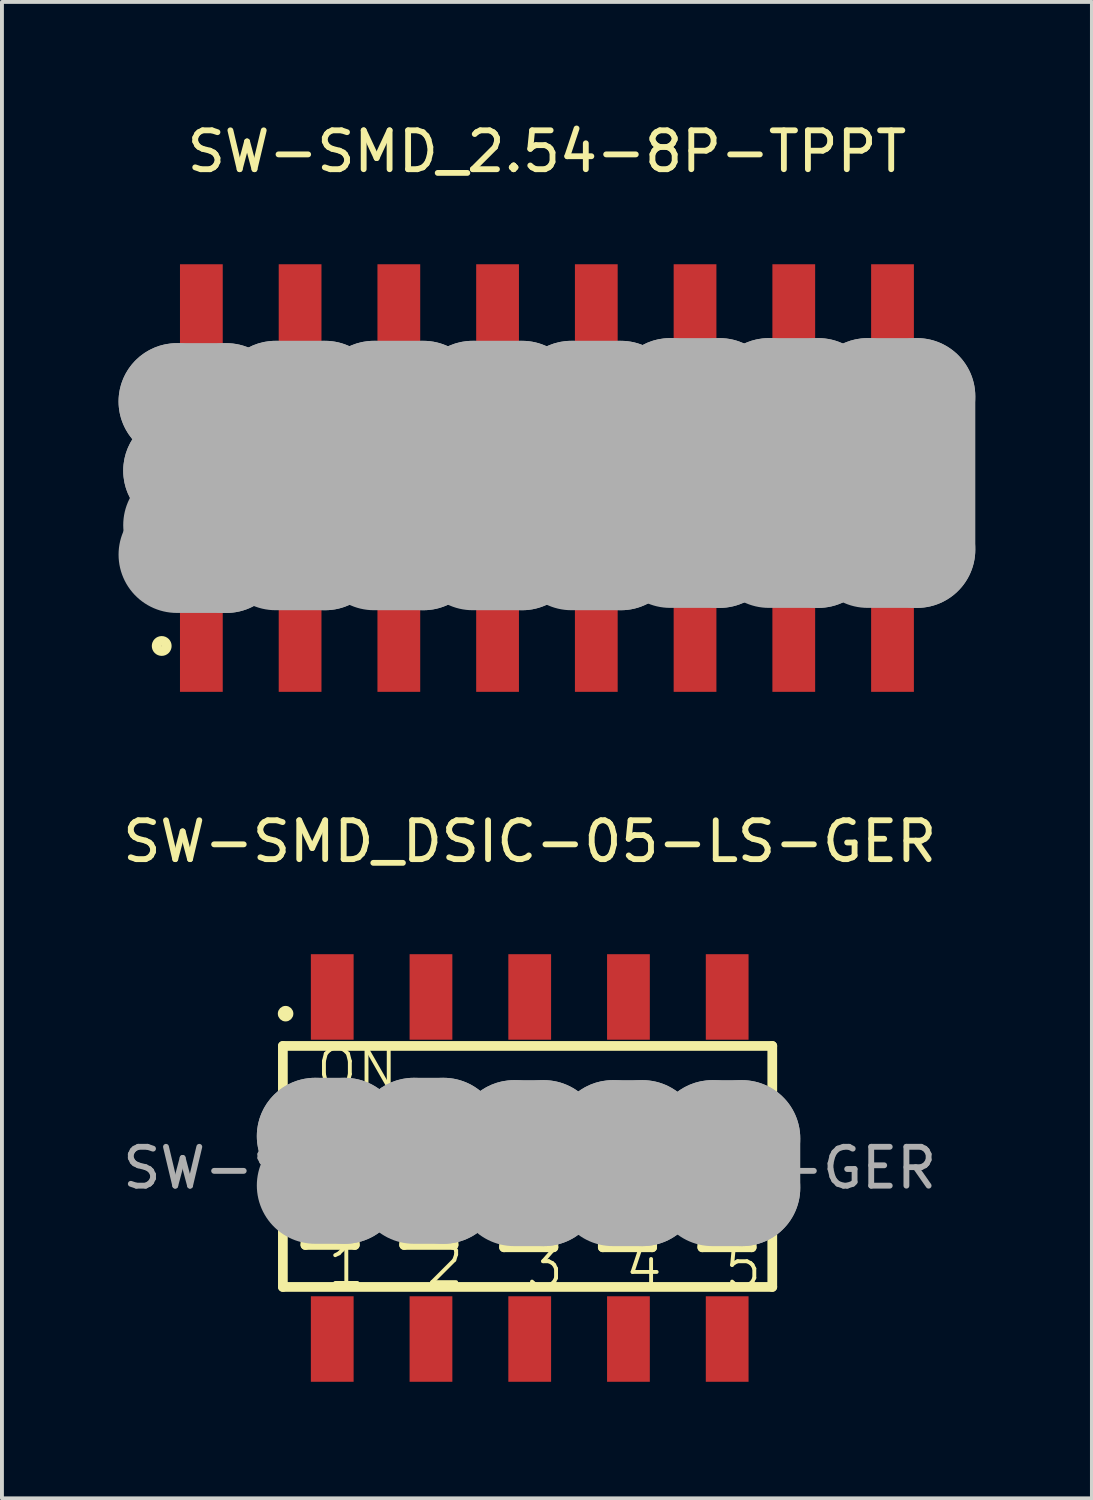
<source format=kicad_pcb>
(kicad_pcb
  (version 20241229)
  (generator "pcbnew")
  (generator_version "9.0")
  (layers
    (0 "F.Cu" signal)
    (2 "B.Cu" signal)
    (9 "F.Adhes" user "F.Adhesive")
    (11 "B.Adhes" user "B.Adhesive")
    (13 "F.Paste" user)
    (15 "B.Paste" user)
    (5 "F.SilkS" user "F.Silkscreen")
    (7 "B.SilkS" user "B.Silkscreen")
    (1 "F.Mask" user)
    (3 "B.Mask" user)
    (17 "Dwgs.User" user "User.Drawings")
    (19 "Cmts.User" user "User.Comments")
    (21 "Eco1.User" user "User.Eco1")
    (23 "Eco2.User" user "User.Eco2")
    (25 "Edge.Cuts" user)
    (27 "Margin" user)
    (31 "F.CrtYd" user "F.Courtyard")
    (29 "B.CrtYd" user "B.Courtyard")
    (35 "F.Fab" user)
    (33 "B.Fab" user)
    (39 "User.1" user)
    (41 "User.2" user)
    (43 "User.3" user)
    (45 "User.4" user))
  (footprint "SW-SMD_DSIC-05-LS-GER"
    (layer "F.Cu")
    (at 10.577 26.997)
    (property "Reference" "SW-SMD_DSIC-05-LS-GER" (at 0 -8.4 0) (layer "F.SilkS") (effects (font (size 1 1) (thickness 0.15))))
    (attr through_hole)
    (fp_line (start -6.35 -3.14) (end 6.24 -3.14) (stroke (width 0.25) (type solid)) (layer "F.SilkS"))
    (fp_line (start -6.35 3.06) (end -6.35 -3.14) (stroke (width 0.25) (type solid)) (layer "F.SilkS"))
    (fp_line (start -5.77 -2.08) (end -4.5 -2.08) (stroke (width 0.25) (type solid)) (layer "F.SilkS"))
    (fp_line (start -5.77 -1.7) (end -4.5 -1.7) (stroke (width 0.25) (type solid)) (layer "F.SilkS"))
    (fp_line (start -5.77 -1.32) (end -4.5 -1.32) (stroke (width 0.25) (type solid)) (layer "F.SilkS"))
    (fp_line (start -5.77 1.15) (end -4.5 1.15) (stroke (width 0.25) (type solid)) (layer "F.SilkS"))
    (fp_line (start -5.77 1.53) (end -4.5 1.53) (stroke (width 0.25) (type solid)) (layer "F.SilkS"))
    (fp_line (start -5.77 1.98) (end -5.77 -2.08) (stroke (width 0.25) (type solid)) (layer "F.SilkS"))
    (fp_line (start -4.5 -2.08) (end -4.5 1.98) (stroke (width 0.25) (type solid)) (layer "F.SilkS"))
    (fp_line (start -4.5 1.98) (end -5.77 1.98) (stroke (width 0.25) (type solid)) (layer "F.SilkS"))
    (fp_line (start -3.23 -2.08) (end -1.96 -2.08) (stroke (width 0.25) (type solid)) (layer "F.SilkS"))
    (fp_line (start -3.23 -1.7) (end -1.96 -1.7) (stroke (width 0.25) (type solid)) (layer "F.SilkS"))
    (fp_line (start -3.23 -1.32) (end -1.96 -1.32) (stroke (width 0.25) (type solid)) (layer "F.SilkS"))
    (fp_line (start -3.23 1.15) (end -1.96 1.15) (stroke (width 0.25) (type solid)) (layer "F.SilkS"))
    (fp_line (start -3.23 1.53) (end -1.96 1.53) (stroke (width 0.25) (type solid)) (layer "F.SilkS"))
    (fp_line (start -3.23 1.98) (end -3.23 -2.08) (stroke (width 0.25) (type solid)) (layer "F.SilkS"))
    (fp_line (start -1.96 -2.08) (end -1.96 1.98) (stroke (width 0.25) (type solid)) (layer "F.SilkS"))
    (fp_line (start -1.96 1.98) (end -3.23 1.98) (stroke (width 0.25) (type solid)) (layer "F.SilkS"))
    (fp_line (start -0.66 -2.02) (end 0.61 -2.02) (stroke (width 0.25) (type solid)) (layer "F.SilkS"))
    (fp_line (start -0.66 -1.64) (end 0.61 -1.64) (stroke (width 0.25) (type solid)) (layer "F.SilkS"))
    (fp_line (start -0.66 -1.26) (end 0.61 -1.26) (stroke (width 0.25) (type solid)) (layer "F.SilkS"))
    (fp_line (start -0.66 1.21) (end 0.61 1.21) (stroke (width 0.25) (type solid)) (layer "F.SilkS"))
    (fp_line (start -0.66 1.59) (end 0.61 1.59) (stroke (width 0.25) (type solid)) (layer "F.SilkS"))
    (fp_line (start -0.66 2.04) (end -0.66 -2.02) (stroke (width 0.25) (type solid)) (layer "F.SilkS"))
    (fp_line (start 0.61 -2.02) (end 0.61 2.04) (stroke (width 0.25) (type solid)) (layer "F.SilkS"))
    (fp_line (start 0.61 2.04) (end -0.66 2.04) (stroke (width 0.25) (type solid)) (layer "F.SilkS"))
    (fp_line (start 1.88 -2.02) (end 3.15 -2.02) (stroke (width 0.25) (type solid)) (layer "F.SilkS"))
    (fp_line (start 1.88 -1.64) (end 3.15 -1.64) (stroke (width 0.25) (type solid)) (layer "F.SilkS"))
    (fp_line (start 1.88 -1.26) (end 3.15 -1.26) (stroke (width 0.25) (type solid)) (layer "F.SilkS"))
    (fp_line (start 1.88 1.21) (end 3.15 1.21) (stroke (width 0.25) (type solid)) (layer "F.SilkS"))
    (fp_line (start 1.88 1.59) (end 3.15 1.59) (stroke (width 0.25) (type solid)) (layer "F.SilkS"))
    (fp_line (start 1.88 2.04) (end 1.88 -2.02) (stroke (width 0.25) (type solid)) (layer "F.SilkS"))
    (fp_line (start 3.15 -2.02) (end 3.15 2.04) (stroke (width 0.25) (type solid)) (layer "F.SilkS"))
    (fp_line (start 3.15 2.04) (end 1.88 2.04) (stroke (width 0.25) (type solid)) (layer "F.SilkS"))
    (fp_line (start 4.44 -2.02) (end 5.71 -2.02) (stroke (width 0.25) (type solid)) (layer "F.SilkS"))
    (fp_line (start 4.44 -1.64) (end 5.71 -1.64) (stroke (width 0.25) (type solid)) (layer "F.SilkS"))
    (fp_line (start 4.44 -1.26) (end 5.71 -1.26) (stroke (width 0.25) (type solid)) (layer "F.SilkS"))
    (fp_line (start 4.44 1.21) (end 5.71 1.21) (stroke (width 0.25) (type solid)) (layer "F.SilkS"))
    (fp_line (start 4.44 1.59) (end 5.71 1.59) (stroke (width 0.25) (type solid)) (layer "F.SilkS"))
    (fp_line (start 4.44 2.04) (end 4.44 -2.02) (stroke (width 0.25) (type solid)) (layer "F.SilkS"))
    (fp_line (start 5.71 -2.02) (end 5.71 2.04) (stroke (width 0.25) (type solid)) (layer "F.SilkS"))
    (fp_line (start 5.71 2.04) (end 4.44 2.04) (stroke (width 0.25) (type solid)) (layer "F.SilkS"))
    (fp_line (start 6.24 -3.14) (end 6.24 3.06) (stroke (width 0.25) (type solid)) (layer "F.SilkS"))
    (fp_line (start 6.24 3.06) (end -6.35 3.06) (stroke (width 0.25) (type solid)) (layer "F.SilkS"))
    (fp_circle (center -6.28 -3.97) (end -6.18 -3.97) (stroke (width 0.2) (type solid)) (fill no) (layer "F.SilkS"))
    (fp_line (start -5.52 -0.82) (end -5.52 -0.82) (stroke (width 3) (type solid)) (layer "F.Fab"))
    (fp_line (start -5.52 -0.82) (end -4.76 -0.82) (stroke (width 3) (type solid)) (layer "F.Fab"))
    (fp_line (start -4.76 -0.82) (end -4.76 0.45) (stroke (width 3) (type solid)) (layer "F.Fab"))
    (fp_line (start -4.76 0.45) (end -5.52 0.45) (stroke (width 3) (type solid)) (layer "F.Fab"))
    (fp_line (start -2.98 -0.82) (end -2.98 -0.82) (stroke (width 3) (type solid)) (layer "F.Fab"))
    (fp_line (start -2.98 -0.82) (end -2.22 -0.82) (stroke (width 3) (type solid)) (layer "F.Fab"))
    (fp_line (start -2.22 -0.82) (end -2.22 0.45) (stroke (width 3) (type solid)) (layer "F.Fab"))
    (fp_line (start -2.22 0.45) (end -2.98 0.45) (stroke (width 3) (type solid)) (layer "F.Fab"))
    (fp_line (start -0.4 -0.76) (end -0.4 -0.76) (stroke (width 3) (type solid)) (layer "F.Fab"))
    (fp_line (start -0.4 -0.76) (end 0.36 -0.76) (stroke (width 3) (type solid)) (layer "F.Fab"))
    (fp_line (start 0.36 -0.76) (end 0.36 0.51) (stroke (width 3) (type solid)) (layer "F.Fab"))
    (fp_line (start 0.36 0.51) (end -0.4 0.51) (stroke (width 3) (type solid)) (layer "F.Fab"))
    (fp_line (start 2.14 -0.76) (end 2.14 -0.76) (stroke (width 3) (type solid)) (layer "F.Fab"))
    (fp_line (start 2.14 -0.76) (end 2.9 -0.76) (stroke (width 3) (type solid)) (layer "F.Fab"))
    (fp_line (start 2.9 -0.76) (end 2.9 0.51) (stroke (width 3) (type solid)) (layer "F.Fab"))
    (fp_line (start 2.9 0.51) (end 2.14 0.51) (stroke (width 3) (type solid)) (layer "F.Fab"))
    (fp_line (start 4.7 -0.76) (end 4.7 -0.76) (stroke (width 3) (type solid)) (layer "F.Fab"))
    (fp_line (start 4.7 -0.76) (end 5.46 -0.76) (stroke (width 3) (type solid)) (layer "F.Fab"))
    (fp_line (start 5.46 -0.76) (end 5.46 0.51) (stroke (width 3) (type solid)) (layer "F.Fab"))
    (fp_line (start 5.46 0.51) (end 4.7 0.51) (stroke (width 3) (type solid)) (layer "F.Fab"))
    (fp_text user "5" (at 4.95 2.56 0) (layer "F.SilkS") (effects (font (size 1 1) (thickness 0.1)) (justify left)))
    (fp_text user "ON" (at -5.55 -2.54 0) (layer "F.SilkS") (effects (font (size 1 1) (thickness 0.1)) (justify left)))
    (fp_text user "3" (at -0.15 2.56 0) (layer "F.SilkS") (effects (font (size 1 1) (thickness 0.1)) (justify left)))
    (fp_text user "2" (at -2.72 2.48 0) (layer "F.SilkS") (effects (font (size 1 1) (thickness 0.1)) (justify left)))
    (fp_text user "4" (at 2.39 2.55 0) (layer "F.SilkS") (effects (font (size 1 1) (thickness 0.1)) (justify left)))
    (fp_text user "1" (at -5.26 2.5 0) (layer "F.SilkS") (effects (font (size 1 1) (thickness 0.1)) (justify left)))
    (fp_text user "${REFERENCE}" (at 0 0 0) (layer "F.Fab") (effects (font (size 1 1) (thickness 0.15))))
    (pad "1" smd rect (at -5.08 -4.4) (size 1.1 2.2) (layers "F.Cu" "F.Mask" "F.Paste"))
    (pad "2" smd rect (at -5.08 4.4) (size 1.1 2.2) (layers "F.Cu" "F.Mask" "F.Paste"))
    (pad "3" smd rect (at -2.54 -4.4) (size 1.1 2.2) (layers "F.Cu" "F.Mask" "F.Paste"))
    (pad "4" smd rect (at -2.54 4.4) (size 1.1 2.2) (layers "F.Cu" "F.Mask" "F.Paste"))
    (pad "5" smd rect (at 0 -4.4) (size 1.1 2.2) (layers "F.Cu" "F.Mask" "F.Paste"))
    (pad "6" smd rect (at 0 4.4) (size 1.1 2.2) (layers "F.Cu" "F.Mask" "F.Paste"))
    (pad "7" smd rect (at 2.54 -4.4) (size 1.1 2.2) (layers "F.Cu" "F.Mask" "F.Paste"))
    (pad "8" smd rect (at 2.54 4.4) (size 1.1 2.2) (layers "F.Cu" "F.Mask" "F.Paste"))
    (pad "9" smd rect (at 5.08 -4.4) (size 1.1 2.2) (layers "F.Cu" "F.Mask" "F.Paste"))
    (pad "10" smd rect (at 5.08 4.4) (size 1.1 2.2) (layers "F.Cu" "F.Mask" "F.Paste")))
  (footprint "SW-SMD_2.54-8P-TPPT"
    (layer "F.Cu")
    (at 11.02 9.248)
    (property "Reference" "SW-SMD_2.54-8P-TPPT" (at 0 -8.4 0) (layer "F.SilkS") (effects (font (size 1 1) (thickness 0.15))))
    (attr through_hole)
    (fp_line (start -10.16 -3) (end -10.16 3) (stroke (width 0.25) (type solid)) (layer "F.SilkS"))
    (fp_line (start -10.16 -3) (end 10.16 -3) (stroke (width 0.25) (type solid)) (layer "F.SilkS"))
    (fp_line (start -10.16 3) (end 10.16 3) (stroke (width 0.25) (type solid)) (layer "F.SilkS"))
    (fp_line (start 10.16 -3) (end 10.16 3) (stroke (width 0.25) (type solid)) (layer "F.SilkS"))
    (fp_circle (center -9.91 4.32) (end -9.78 4.32) (stroke (width 0.25) (type solid)) (fill no) (layer "F.SilkS"))
    (fp_line (start -9.52 -1.97) (end -9.52 -1.97) (stroke (width 3) (type solid)) (layer "F.Fab"))
    (fp_line (start -9.52 -1.97) (end -8.25 -1.97) (stroke (width 3) (type solid)) (layer "F.Fab"))
    (fp_line (start -9.4 -0.19) (end -9.4 -0.19) (stroke (width 3) (type solid)) (layer "F.Fab"))
    (fp_line (start -9.4 -0.19) (end -8.38 -0.19) (stroke (width 3) (type solid)) (layer "F.Fab"))
    (fp_line (start -8.38 -0.19) (end -8.38 1.21) (stroke (width 3) (type solid)) (layer "F.Fab"))
    (fp_line (start -8.38 1.21) (end -9.4 1.21) (stroke (width 3) (type solid)) (layer "F.Fab"))
    (fp_line (start -8.25 -1.97) (end -8.25 1.97) (stroke (width 3) (type solid)) (layer "F.Fab"))
    (fp_line (start -8.25 1.97) (end -9.52 1.97) (stroke (width 3) (type solid)) (layer "F.Fab"))
    (fp_line (start -6.98 -2.03) (end -6.98 -2.03) (stroke (width 3) (type solid)) (layer "F.Fab"))
    (fp_line (start -6.98 -2.03) (end -5.71 -2.03) (stroke (width 3) (type solid)) (layer "F.Fab"))
    (fp_line (start -6.86 -0.25) (end -6.86 -0.25) (stroke (width 3) (type solid)) (layer "F.Fab"))
    (fp_line (start -6.86 -0.25) (end -5.84 -0.25) (stroke (width 3) (type solid)) (layer "F.Fab"))
    (fp_line (start -5.84 -0.25) (end -5.84 1.14) (stroke (width 3) (type solid)) (layer "F.Fab"))
    (fp_line (start -5.84 1.14) (end -6.86 1.14) (stroke (width 3) (type solid)) (layer "F.Fab"))
    (fp_line (start -5.71 -2.03) (end -5.71 1.9) (stroke (width 3) (type solid)) (layer "F.Fab"))
    (fp_line (start -5.71 1.9) (end -6.98 1.9) (stroke (width 3) (type solid)) (layer "F.Fab"))
    (fp_line (start -4.45 -2.03) (end -4.45 -2.03) (stroke (width 3) (type solid)) (layer "F.Fab"))
    (fp_line (start -4.45 -2.03) (end -3.18 -2.03) (stroke (width 3) (type solid)) (layer "F.Fab"))
    (fp_line (start -4.32 -0.25) (end -4.32 -0.25) (stroke (width 3) (type solid)) (layer "F.Fab"))
    (fp_line (start -4.32 -0.25) (end -3.3 -0.25) (stroke (width 3) (type solid)) (layer "F.Fab"))
    (fp_line (start -3.3 -0.25) (end -3.3 1.14) (stroke (width 3) (type solid)) (layer "F.Fab"))
    (fp_line (start -3.3 1.14) (end -4.32 1.14) (stroke (width 3) (type solid)) (layer "F.Fab"))
    (fp_line (start -3.18 -2.03) (end -3.18 1.9) (stroke (width 3) (type solid)) (layer "F.Fab"))
    (fp_line (start -3.18 1.9) (end -4.45 1.9) (stroke (width 3) (type solid)) (layer "F.Fab"))
    (fp_line (start -1.91 -2.03) (end -1.91 -2.03) (stroke (width 3) (type solid)) (layer "F.Fab"))
    (fp_line (start -1.91 -2.03) (end -0.64 -2.03) (stroke (width 3) (type solid)) (layer "F.Fab"))
    (fp_line (start -1.78 -0.25) (end -1.78 -0.25) (stroke (width 3) (type solid)) (layer "F.Fab"))
    (fp_line (start -1.78 -0.25) (end -0.76 -0.25) (stroke (width 3) (type solid)) (layer "F.Fab"))
    (fp_line (start -0.76 -0.25) (end -0.76 1.14) (stroke (width 3) (type solid)) (layer "F.Fab"))
    (fp_line (start -0.76 1.14) (end -1.78 1.14) (stroke (width 3) (type solid)) (layer "F.Fab"))
    (fp_line (start -0.64 -2.03) (end -0.64 1.9) (stroke (width 3) (type solid)) (layer "F.Fab"))
    (fp_line (start -0.64 1.9) (end -1.91 1.9) (stroke (width 3) (type solid)) (layer "F.Fab"))
    (fp_line (start 0.63 -2.03) (end 0.63 -2.03) (stroke (width 3) (type solid)) (layer "F.Fab"))
    (fp_line (start 0.63 -2.03) (end 1.9 -2.03) (stroke (width 3) (type solid)) (layer "F.Fab"))
    (fp_line (start 0.76 -0.25) (end 0.76 -0.25) (stroke (width 3) (type solid)) (layer "F.Fab"))
    (fp_line (start 0.76 -0.25) (end 1.78 -0.25) (stroke (width 3) (type solid)) (layer "F.Fab"))
    (fp_line (start 1.78 -0.25) (end 1.78 1.14) (stroke (width 3) (type solid)) (layer "F.Fab"))
    (fp_line (start 1.78 1.14) (end 0.76 1.14) (stroke (width 3) (type solid)) (layer "F.Fab"))
    (fp_line (start 1.9 -2.03) (end 1.9 1.9) (stroke (width 3) (type solid)) (layer "F.Fab"))
    (fp_line (start 1.9 1.9) (end 0.63 1.9) (stroke (width 3) (type solid)) (layer "F.Fab"))
    (fp_line (start 3.17 -2.1) (end 3.17 -2.1) (stroke (width 3) (type solid)) (layer "F.Fab"))
    (fp_line (start 3.17 -2.1) (end 4.44 -2.1) (stroke (width 3) (type solid)) (layer "F.Fab"))
    (fp_line (start 3.3 -0.32) (end 3.3 -0.32) (stroke (width 3) (type solid)) (layer "F.Fab"))
    (fp_line (start 3.3 -0.32) (end 4.32 -0.32) (stroke (width 3) (type solid)) (layer "F.Fab"))
    (fp_line (start 4.32 -0.32) (end 4.32 1.08) (stroke (width 3) (type solid)) (layer "F.Fab"))
    (fp_line (start 4.32 1.08) (end 3.3 1.08) (stroke (width 3) (type solid)) (layer "F.Fab"))
    (fp_line (start 4.44 -2.1) (end 4.44 1.84) (stroke (width 3) (type solid)) (layer "F.Fab"))
    (fp_line (start 4.44 1.84) (end 3.17 1.84) (stroke (width 3) (type solid)) (layer "F.Fab"))
    (fp_line (start 5.71 -2.1) (end 5.71 -2.1) (stroke (width 3) (type solid)) (layer "F.Fab"))
    (fp_line (start 5.71 -2.1) (end 6.98 -2.1) (stroke (width 3) (type solid)) (layer "F.Fab"))
    (fp_line (start 5.84 -0.32) (end 5.84 -0.32) (stroke (width 3) (type solid)) (layer "F.Fab"))
    (fp_line (start 5.84 -0.32) (end 6.86 -0.32) (stroke (width 3) (type solid)) (layer "F.Fab"))
    (fp_line (start 6.86 -0.32) (end 6.86 1.08) (stroke (width 3) (type solid)) (layer "F.Fab"))
    (fp_line (start 6.86 1.08) (end 5.84 1.08) (stroke (width 3) (type solid)) (layer "F.Fab"))
    (fp_line (start 6.98 -2.1) (end 6.98 1.84) (stroke (width 3) (type solid)) (layer "F.Fab"))
    (fp_line (start 6.98 1.84) (end 5.71 1.84) (stroke (width 3) (type solid)) (layer "F.Fab"))
    (fp_line (start 8.25 -2.1) (end 8.25 -2.1) (stroke (width 3) (type solid)) (layer "F.Fab"))
    (fp_line (start 8.25 -2.1) (end 9.52 -2.1) (stroke (width 3) (type solid)) (layer "F.Fab"))
    (fp_line (start 8.38 -0.32) (end 8.38 -0.32) (stroke (width 3) (type solid)) (layer "F.Fab"))
    (fp_line (start 8.38 -0.32) (end 9.4 -0.32) (stroke (width 3) (type solid)) (layer "F.Fab"))
    (fp_line (start 9.4 -0.32) (end 9.4 1.08) (stroke (width 3) (type solid)) (layer "F.Fab"))
    (fp_line (start 9.4 1.08) (end 8.38 1.08) (stroke (width 3) (type solid)) (layer "F.Fab"))
    (fp_line (start 9.52 -2.1) (end 9.52 1.84) (stroke (width 3) (type solid)) (layer "F.Fab"))
    (fp_line (start 9.52 1.84) (end 8.25 1.84) (stroke (width 3) (type solid)) (layer "F.Fab"))
    (fp_text user "ON" (at -9.91 -2.16 0) (layer "F.SilkS") (effects (font (size 1 1) (thickness 0.1)) (justify left)))
    (fp_text user "1" (at -9.91 2.79 0) (layer "F.SilkS") (effects (font (size 1 1) (thickness 0.1)) (justify left)))
    (fp_text user "${REFERENCE}" (at 0 0 0) (layer "F.Fab") (effects (font (size 1 1) (thickness 0.15))))
    (pad "1" smd rect (at -8.89 4.4) (size 1.1 2.2) (layers "F.Cu" "F.Mask" "F.Paste"))
    (pad "2" smd rect (at -6.35 4.4) (size 1.1 2.2) (layers "F.Cu" "F.Mask" "F.Paste"))
    (pad "3" smd rect (at -3.81 4.4) (size 1.1 2.2) (layers "F.Cu" "F.Mask" "F.Paste"))
    (pad "4" smd rect (at -1.27 4.4) (size 1.1 2.2) (layers "F.Cu" "F.Mask" "F.Paste"))
    (pad "5" smd rect (at 1.27 4.4) (size 1.1 2.2) (layers "F.Cu" "F.Mask" "F.Paste"))
    (pad "6" smd rect (at 3.81 4.4) (size 1.1 2.2) (layers "F.Cu" "F.Mask" "F.Paste"))
    (pad "7" smd rect (at 6.35 4.4) (size 1.1 2.2) (layers "F.Cu" "F.Mask" "F.Paste"))
    (pad "8" smd rect (at 8.89 4.4) (size 1.1 2.2) (layers "F.Cu" "F.Mask" "F.Paste"))
    (pad "9" smd rect (at 8.89 -4.4) (size 1.1 2.2) (layers "F.Cu" "F.Mask" "F.Paste"))
    (pad "10" smd rect (at 6.35 -4.4) (size 1.1 2.2) (layers "F.Cu" "F.Mask" "F.Paste"))
    (pad "11" smd rect (at 3.81 -4.4) (size 1.1 2.2) (layers "F.Cu" "F.Mask" "F.Paste"))
    (pad "12" smd rect (at 1.27 -4.4) (size 1.1 2.2) (layers "F.Cu" "F.Mask" "F.Paste"))
    (pad "13" smd rect (at -1.27 -4.4) (size 1.1 2.2) (layers "F.Cu" "F.Mask" "F.Paste"))
    (pad "14" smd rect (at -3.81 -4.4) (size 1.1 2.2) (layers "F.Cu" "F.Mask" "F.Paste"))
    (pad "15" smd rect (at -6.35 -4.4) (size 1.1 2.2) (layers "F.Cu" "F.Mask" "F.Paste"))
    (pad "16" smd rect (at -8.89 -4.4) (size 1.1 2.2) (layers "F.Cu" "F.Mask" "F.Paste")))
  (gr_rect
    (start -3 -3)
    (end 25.04 35.496)
    (stroke (width 0.1) (type default))
    (fill no)
    (layer "Edge.Cuts")))
</source>
